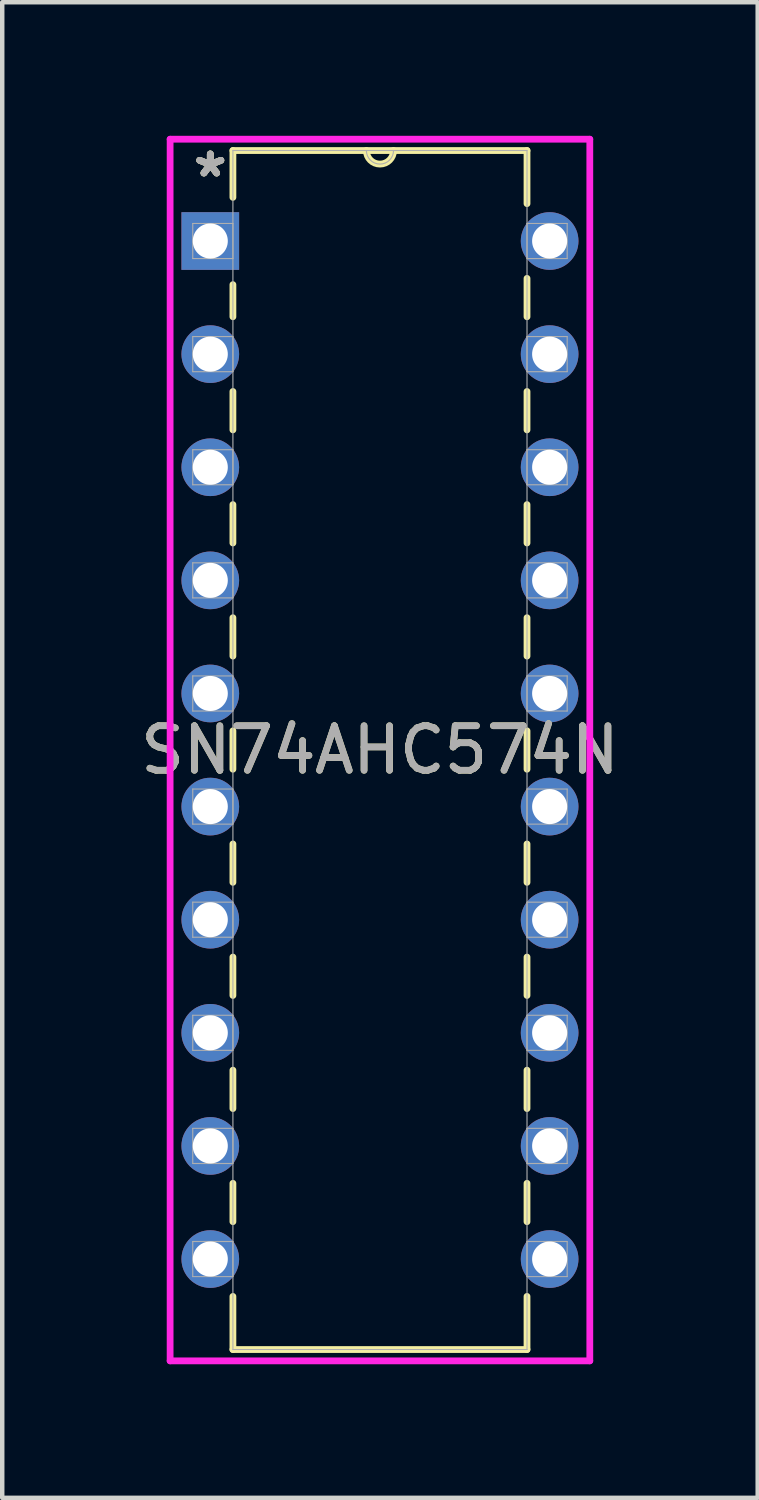
<source format=kicad_pcb>
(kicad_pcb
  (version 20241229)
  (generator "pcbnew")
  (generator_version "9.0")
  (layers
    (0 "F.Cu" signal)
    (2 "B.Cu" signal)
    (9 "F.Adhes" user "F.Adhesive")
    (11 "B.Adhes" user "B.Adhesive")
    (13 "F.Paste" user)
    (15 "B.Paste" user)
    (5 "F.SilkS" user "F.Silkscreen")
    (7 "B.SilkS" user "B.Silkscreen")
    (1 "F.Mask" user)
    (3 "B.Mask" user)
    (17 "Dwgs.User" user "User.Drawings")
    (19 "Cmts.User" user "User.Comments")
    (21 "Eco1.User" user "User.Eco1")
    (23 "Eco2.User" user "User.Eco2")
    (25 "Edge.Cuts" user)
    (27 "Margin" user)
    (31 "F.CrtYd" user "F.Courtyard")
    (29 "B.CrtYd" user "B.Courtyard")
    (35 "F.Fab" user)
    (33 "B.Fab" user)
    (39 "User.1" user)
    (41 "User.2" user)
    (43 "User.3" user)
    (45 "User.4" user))
  (footprint "SN74AHC574N"
    (layer "F.Cu")
    (at 9.292 25.222)
    (property "Reference" "SN74AHC574N" (at -3.81 -11.43 0) (unlocked yes) (layer "F.SilkS") (effects (font (size 1 1) (thickness 0.15))))
    (attr through_hole)
    (fp_line (start -7.112 -24.892) (end -7.112 -23.84) (stroke (width 0.152) (type solid)) (layer "F.SilkS"))
    (fp_line (start -7.112 -21.88) (end -7.112 -21.159) (stroke (width 0.152) (type solid)) (layer "F.SilkS"))
    (fp_line (start -7.112 -19.481) (end -7.112 -18.619) (stroke (width 0.152) (type solid)) (layer "F.SilkS"))
    (fp_line (start -7.112 -16.941) (end -7.112 -16.079) (stroke (width 0.152) (type solid)) (layer "F.SilkS"))
    (fp_line (start -7.112 -14.401) (end -7.112 -13.539) (stroke (width 0.152) (type solid)) (layer "F.SilkS"))
    (fp_line (start -7.112 -11.861) (end -7.112 -10.999) (stroke (width 0.152) (type solid)) (layer "F.SilkS"))
    (fp_line (start -7.112 -9.321) (end -7.112 -8.459) (stroke (width 0.152) (type solid)) (layer "F.SilkS"))
    (fp_line (start -7.112 -6.781) (end -7.112 -5.919) (stroke (width 0.152) (type solid)) (layer "F.SilkS"))
    (fp_line (start -7.112 -4.241) (end -7.112 -3.379) (stroke (width 0.152) (type solid)) (layer "F.SilkS"))
    (fp_line (start -7.112 -1.701) (end -7.112 -0.839) (stroke (width 0.152) (type solid)) (layer "F.SilkS"))
    (fp_line (start -7.112 0.839) (end -7.112 2.032) (stroke (width 0.152) (type solid)) (layer "F.SilkS"))
    (fp_line (start -7.112 2.032) (end -0.508 2.032) (stroke (width 0.152) (type solid)) (layer "F.SilkS"))
    (fp_line (start -0.508 -24.892) (end -7.112 -24.892) (stroke (width 0.152) (type solid)) (layer "F.SilkS"))
    (fp_line (start -0.508 -23.699) (end -0.508 -24.892) (stroke (width 0.152) (type solid)) (layer "F.SilkS"))
    (fp_line (start -0.508 -21.159) (end -0.508 -22.021) (stroke (width 0.152) (type solid)) (layer "F.SilkS"))
    (fp_line (start -0.508 -18.619) (end -0.508 -19.481) (stroke (width 0.152) (type solid)) (layer "F.SilkS"))
    (fp_line (start -0.508 -16.079) (end -0.508 -16.941) (stroke (width 0.152) (type solid)) (layer "F.SilkS"))
    (fp_line (start -0.508 -13.539) (end -0.508 -14.401) (stroke (width 0.152) (type solid)) (layer "F.SilkS"))
    (fp_line (start -0.508 -10.999) (end -0.508 -11.861) (stroke (width 0.152) (type solid)) (layer "F.SilkS"))
    (fp_line (start -0.508 -8.459) (end -0.508 -9.321) (stroke (width 0.152) (type solid)) (layer "F.SilkS"))
    (fp_line (start -0.508 -5.919) (end -0.508 -6.781) (stroke (width 0.152) (type solid)) (layer "F.SilkS"))
    (fp_line (start -0.508 -3.379) (end -0.508 -4.241) (stroke (width 0.152) (type solid)) (layer "F.SilkS"))
    (fp_line (start -0.508 -0.839) (end -0.508 -1.701) (stroke (width 0.152) (type solid)) (layer "F.SilkS"))
    (fp_line (start -0.508 2.032) (end -0.508 0.839) (stroke (width 0.152) (type solid)) (layer "F.SilkS"))
    (fp_arc (start -3.5052 -24.892) (mid -3.81 -24.5872) (end -4.1148 -24.892) (stroke (width 0.1524) (type solid)) (layer "F.SilkS"))
    (fp_line (start -8.522 -25.146) (end -8.522 2.286) (stroke (width 0.152) (type solid)) (layer "F.CrtYd"))
    (fp_line (start -8.522 2.286) (end 0.902 2.286) (stroke (width 0.152) (type solid)) (layer "F.CrtYd"))
    (fp_line (start 0.902 -25.146) (end -8.522 -25.146) (stroke (width 0.152) (type solid)) (layer "F.CrtYd"))
    (fp_line (start 0.902 2.286) (end 0.902 -25.146) (stroke (width 0.152) (type solid)) (layer "F.CrtYd"))
    (fp_line (start -8.014 -23.254) (end -8.014 -22.466) (stroke (width 0.025) (type solid)) (layer "F.Fab"))
    (fp_line (start -8.014 -22.466) (end -7.112 -22.466) (stroke (width 0.025) (type solid)) (layer "F.Fab"))
    (fp_line (start -8.014 -20.714) (end -8.014 -19.926) (stroke (width 0.025) (type solid)) (layer "F.Fab"))
    (fp_line (start -8.014 -19.926) (end -7.112 -19.926) (stroke (width 0.025) (type solid)) (layer "F.Fab"))
    (fp_line (start -8.014 -18.174) (end -8.014 -17.386) (stroke (width 0.025) (type solid)) (layer "F.Fab"))
    (fp_line (start -8.014 -17.386) (end -7.112 -17.386) (stroke (width 0.025) (type solid)) (layer "F.Fab"))
    (fp_line (start -8.014 -15.634) (end -8.014 -14.846) (stroke (width 0.025) (type solid)) (layer "F.Fab"))
    (fp_line (start -8.014 -14.846) (end -7.112 -14.846) (stroke (width 0.025) (type solid)) (layer "F.Fab"))
    (fp_line (start -8.014 -13.094) (end -8.014 -12.306) (stroke (width 0.025) (type solid)) (layer "F.Fab"))
    (fp_line (start -8.014 -12.306) (end -7.112 -12.306) (stroke (width 0.025) (type solid)) (layer "F.Fab"))
    (fp_line (start -8.014 -10.554) (end -8.014 -9.766) (stroke (width 0.025) (type solid)) (layer "F.Fab"))
    (fp_line (start -8.014 -9.766) (end -7.112 -9.766) (stroke (width 0.025) (type solid)) (layer "F.Fab"))
    (fp_line (start -8.014 -8.014) (end -8.014 -7.226) (stroke (width 0.025) (type solid)) (layer "F.Fab"))
    (fp_line (start -8.014 -7.226) (end -7.112 -7.226) (stroke (width 0.025) (type solid)) (layer "F.Fab"))
    (fp_line (start -8.014 -5.474) (end -8.014 -4.686) (stroke (width 0.025) (type solid)) (layer "F.Fab"))
    (fp_line (start -8.014 -4.686) (end -7.112 -4.686) (stroke (width 0.025) (type solid)) (layer "F.Fab"))
    (fp_line (start -8.014 -2.934) (end -8.014 -2.146) (stroke (width 0.025) (type solid)) (layer "F.Fab"))
    (fp_line (start -8.014 -2.146) (end -7.112 -2.146) (stroke (width 0.025) (type solid)) (layer "F.Fab"))
    (fp_line (start -8.014 -0.394) (end -8.014 0.394) (stroke (width 0.025) (type solid)) (layer "F.Fab"))
    (fp_line (start -8.014 0.394) (end -7.112 0.394) (stroke (width 0.025) (type solid)) (layer "F.Fab"))
    (fp_line (start -7.112 -24.892) (end -7.112 2.032) (stroke (width 0.025) (type solid)) (layer "F.Fab"))
    (fp_line (start -7.112 -23.254) (end -8.014 -23.254) (stroke (width 0.025) (type solid)) (layer "F.Fab"))
    (fp_line (start -7.112 -22.466) (end -7.112 -23.254) (stroke (width 0.025) (type solid)) (layer "F.Fab"))
    (fp_line (start -7.112 -20.714) (end -8.014 -20.714) (stroke (width 0.025) (type solid)) (layer "F.Fab"))
    (fp_line (start -7.112 -19.926) (end -7.112 -20.714) (stroke (width 0.025) (type solid)) (layer "F.Fab"))
    (fp_line (start -7.112 -18.174) (end -8.014 -18.174) (stroke (width 0.025) (type solid)) (layer "F.Fab"))
    (fp_line (start -7.112 -17.386) (end -7.112 -18.174) (stroke (width 0.025) (type solid)) (layer "F.Fab"))
    (fp_line (start -7.112 -15.634) (end -8.014 -15.634) (stroke (width 0.025) (type solid)) (layer "F.Fab"))
    (fp_line (start -7.112 -14.846) (end -7.112 -15.634) (stroke (width 0.025) (type solid)) (layer "F.Fab"))
    (fp_line (start -7.112 -13.094) (end -8.014 -13.094) (stroke (width 0.025) (type solid)) (layer "F.Fab"))
    (fp_line (start -7.112 -12.306) (end -7.112 -13.094) (stroke (width 0.025) (type solid)) (layer "F.Fab"))
    (fp_line (start -7.112 -10.554) (end -8.014 -10.554) (stroke (width 0.025) (type solid)) (layer "F.Fab"))
    (fp_line (start -7.112 -9.766) (end -7.112 -10.554) (stroke (width 0.025) (type solid)) (layer "F.Fab"))
    (fp_line (start -7.112 -8.014) (end -8.014 -8.014) (stroke (width 0.025) (type solid)) (layer "F.Fab"))
    (fp_line (start -7.112 -7.226) (end -7.112 -8.014) (stroke (width 0.025) (type solid)) (layer "F.Fab"))
    (fp_line (start -7.112 -5.474) (end -8.014 -5.474) (stroke (width 0.025) (type solid)) (layer "F.Fab"))
    (fp_line (start -7.112 -4.686) (end -7.112 -5.474) (stroke (width 0.025) (type solid)) (layer "F.Fab"))
    (fp_line (start -7.112 -2.934) (end -8.014 -2.934) (stroke (width 0.025) (type solid)) (layer "F.Fab"))
    (fp_line (start -7.112 -2.146) (end -7.112 -2.934) (stroke (width 0.025) (type solid)) (layer "F.Fab"))
    (fp_line (start -7.112 -0.394) (end -8.014 -0.394) (stroke (width 0.025) (type solid)) (layer "F.Fab"))
    (fp_line (start -7.112 0.394) (end -7.112 -0.394) (stroke (width 0.025) (type solid)) (layer "F.Fab"))
    (fp_line (start -7.112 2.032) (end -0.508 2.032) (stroke (width 0.025) (type solid)) (layer "F.Fab"))
    (fp_line (start -0.508 -24.892) (end -7.112 -24.892) (stroke (width 0.025) (type solid)) (layer "F.Fab"))
    (fp_line (start -0.508 -23.254) (end -0.508 -22.466) (stroke (width 0.025) (type solid)) (layer "F.Fab"))
    (fp_line (start -0.508 -22.466) (end 0.394 -22.466) (stroke (width 0.025) (type solid)) (layer "F.Fab"))
    (fp_line (start -0.508 -20.714) (end -0.508 -19.926) (stroke (width 0.025) (type solid)) (layer "F.Fab"))
    (fp_line (start -0.508 -19.926) (end 0.394 -19.926) (stroke (width 0.025) (type solid)) (layer "F.Fab"))
    (fp_line (start -0.508 -18.174) (end -0.508 -17.386) (stroke (width 0.025) (type solid)) (layer "F.Fab"))
    (fp_line (start -0.508 -17.386) (end 0.394 -17.386) (stroke (width 0.025) (type solid)) (layer "F.Fab"))
    (fp_line (start -0.508 -15.634) (end -0.508 -14.846) (stroke (width 0.025) (type solid)) (layer "F.Fab"))
    (fp_line (start -0.508 -14.846) (end 0.394 -14.846) (stroke (width 0.025) (type solid)) (layer "F.Fab"))
    (fp_line (start -0.508 -13.094) (end -0.508 -12.306) (stroke (width 0.025) (type solid)) (layer "F.Fab"))
    (fp_line (start -0.508 -12.306) (end 0.394 -12.306) (stroke (width 0.025) (type solid)) (layer "F.Fab"))
    (fp_line (start -0.508 -10.554) (end -0.508 -9.766) (stroke (width 0.025) (type solid)) (layer "F.Fab"))
    (fp_line (start -0.508 -9.766) (end 0.394 -9.766) (stroke (width 0.025) (type solid)) (layer "F.Fab"))
    (fp_line (start -0.508 -8.014) (end -0.508 -7.226) (stroke (width 0.025) (type solid)) (layer "F.Fab"))
    (fp_line (start -0.508 -7.226) (end 0.394 -7.226) (stroke (width 0.025) (type solid)) (layer "F.Fab"))
    (fp_line (start -0.508 -5.474) (end -0.508 -4.686) (stroke (width 0.025) (type solid)) (layer "F.Fab"))
    (fp_line (start -0.508 -4.686) (end 0.394 -4.686) (stroke (width 0.025) (type solid)) (layer "F.Fab"))
    (fp_line (start -0.508 -2.934) (end -0.508 -2.146) (stroke (width 0.025) (type solid)) (layer "F.Fab"))
    (fp_line (start -0.508 -2.146) (end 0.394 -2.146) (stroke (width 0.025) (type solid)) (layer "F.Fab"))
    (fp_line (start -0.508 -0.394) (end -0.508 0.394) (stroke (width 0.025) (type solid)) (layer "F.Fab"))
    (fp_line (start -0.508 0.394) (end 0.394 0.394) (stroke (width 0.025) (type solid)) (layer "F.Fab"))
    (fp_line (start -0.508 2.032) (end -0.508 -24.892) (stroke (width 0.025) (type solid)) (layer "F.Fab"))
    (fp_line (start 0.394 -23.254) (end -0.508 -23.254) (stroke (width 0.025) (type solid)) (layer "F.Fab"))
    (fp_line (start 0.394 -22.466) (end 0.394 -23.254) (stroke (width 0.025) (type solid)) (layer "F.Fab"))
    (fp_line (start 0.394 -20.714) (end -0.508 -20.714) (stroke (width 0.025) (type solid)) (layer "F.Fab"))
    (fp_line (start 0.394 -19.926) (end 0.394 -20.714) (stroke (width 0.025) (type solid)) (layer "F.Fab"))
    (fp_line (start 0.394 -18.174) (end -0.508 -18.174) (stroke (width 0.025) (type solid)) (layer "F.Fab"))
    (fp_line (start 0.394 -17.386) (end 0.394 -18.174) (stroke (width 0.025) (type solid)) (layer "F.Fab"))
    (fp_line (start 0.394 -15.634) (end -0.508 -15.634) (stroke (width 0.025) (type solid)) (layer "F.Fab"))
    (fp_line (start 0.394 -14.846) (end 0.394 -15.634) (stroke (width 0.025) (type solid)) (layer "F.Fab"))
    (fp_line (start 0.394 -13.094) (end -0.508 -13.094) (stroke (width 0.025) (type solid)) (layer "F.Fab"))
    (fp_line (start 0.394 -12.306) (end 0.394 -13.094) (stroke (width 0.025) (type solid)) (layer "F.Fab"))
    (fp_line (start 0.394 -10.554) (end -0.508 -10.554) (stroke (width 0.025) (type solid)) (layer "F.Fab"))
    (fp_line (start 0.394 -9.766) (end 0.394 -10.554) (stroke (width 0.025) (type solid)) (layer "F.Fab"))
    (fp_line (start 0.394 -8.014) (end -0.508 -8.014) (stroke (width 0.025) (type solid)) (layer "F.Fab"))
    (fp_line (start 0.394 -7.226) (end 0.394 -8.014) (stroke (width 0.025) (type solid)) (layer "F.Fab"))
    (fp_line (start 0.394 -5.474) (end -0.508 -5.474) (stroke (width 0.025) (type solid)) (layer "F.Fab"))
    (fp_line (start 0.394 -4.686) (end 0.394 -5.474) (stroke (width 0.025) (type solid)) (layer "F.Fab"))
    (fp_line (start 0.394 -2.934) (end -0.508 -2.934) (stroke (width 0.025) (type solid)) (layer "F.Fab"))
    (fp_line (start 0.394 -2.146) (end 0.394 -2.934) (stroke (width 0.025) (type solid)) (layer "F.Fab"))
    (fp_line (start 0.394 -0.394) (end -0.508 -0.394) (stroke (width 0.025) (type solid)) (layer "F.Fab"))
    (fp_line (start 0.394 0.394) (end 0.394 -0.394) (stroke (width 0.025) (type solid)) (layer "F.Fab"))
    (fp_arc (start -3.5052 -24.892) (mid -3.81 -24.5872) (end -4.1148 -24.892) (stroke (width 0.0254) (type solid)) (layer "F.Fab"))
    (fp_text user "*" (at -7.62 -24.27 0) (layer "F.SilkS") (effects (font (size 1 1) (thickness 0.15))))
    (fp_text user "*" (at -7.62 -24.27 0) (unlocked yes) (layer "F.SilkS") (effects (font (size 1 1) (thickness 0.15))))
    (fp_text user "${REFERENCE}" (at -3.81 -11.43 0) (unlocked yes) (layer "F.Fab") (effects (font (size 1 1) (thickness 0.15))))
    (fp_text user "*" (at -7.62 -24.27 0) (layer "F.Fab") (effects (font (size 1 1) (thickness 0.15))))
    (fp_text user "*" (at -7.62 -24.27 0) (unlocked yes) (layer "F.Fab") (effects (font (size 1 1) (thickness 0.15))))
    (pad "1" thru_hole rect (at -7.62 -22.86) (size 1.295 1.295) (drill 0.787) (layers "*.Cu" "*.Mask"))
    (pad "2" thru_hole circle (at -7.62 -20.32) (size 1.295 1.295) (drill 0.787) (layers "*.Cu" "*.Mask"))
    (pad "3" thru_hole circle (at -7.62 -17.78) (size 1.295 1.295) (drill 0.787) (layers "*.Cu" "*.Mask"))
    (pad "4" thru_hole circle (at -7.62 -15.24) (size 1.295 1.295) (drill 0.787) (layers "*.Cu" "*.Mask"))
    (pad "5" thru_hole circle (at -7.62 -12.7) (size 1.295 1.295) (drill 0.787) (layers "*.Cu" "*.Mask"))
    (pad "6" thru_hole circle (at -7.62 -10.16) (size 1.295 1.295) (drill 0.787) (layers "*.Cu" "*.Mask"))
    (pad "7" thru_hole circle (at -7.62 -7.62) (size 1.295 1.295) (drill 0.787) (layers "*.Cu" "*.Mask"))
    (pad "8" thru_hole circle (at -7.62 -5.08) (size 1.295 1.295) (drill 0.787) (layers "*.Cu" "*.Mask"))
    (pad "9" thru_hole circle (at -7.62 -2.54) (size 1.295 1.295) (drill 0.787) (layers "*.Cu" "*.Mask"))
    (pad "10" thru_hole circle (at -7.62 0) (size 1.295 1.295) (drill 0.787) (layers "*.Cu" "*.Mask"))
    (pad "11" thru_hole circle (at 0 0) (size 1.295 1.295) (drill 0.787) (layers "*.Cu" "*.Mask"))
    (pad "12" thru_hole circle (at 0 -2.54) (size 1.295 1.295) (drill 0.787) (layers "*.Cu" "*.Mask"))
    (pad "13" thru_hole circle (at 0 -5.08) (size 1.295 1.295) (drill 0.787) (layers "*.Cu" "*.Mask"))
    (pad "14" thru_hole circle (at 0 -7.62) (size 1.295 1.295) (drill 0.787) (layers "*.Cu" "*.Mask"))
    (pad "15" thru_hole circle (at 0 -10.16) (size 1.295 1.295) (drill 0.787) (layers "*.Cu" "*.Mask"))
    (pad "16" thru_hole circle (at 0 -12.7) (size 1.295 1.295) (drill 0.787) (layers "*.Cu" "*.Mask"))
    (pad "17" thru_hole circle (at 0 -15.24) (size 1.295 1.295) (drill 0.787) (layers "*.Cu" "*.Mask"))
    (pad "18" thru_hole circle (at 0 -17.78) (size 1.295 1.295) (drill 0.787) (layers "*.Cu" "*.Mask"))
    (pad "19" thru_hole circle (at 0 -20.32) (size 1.295 1.295) (drill 0.787) (layers "*.Cu" "*.Mask"))
    (pad "20" thru_hole circle (at 0 -22.86) (size 1.295 1.295) (drill 0.787) (layers "*.Cu" "*.Mask")))
  (gr_rect
    (start -3 -3)
    (end 13.964 30.584)
    (stroke (width 0.1) (type default))
    (fill no)
    (layer "Edge.Cuts")))
</source>
